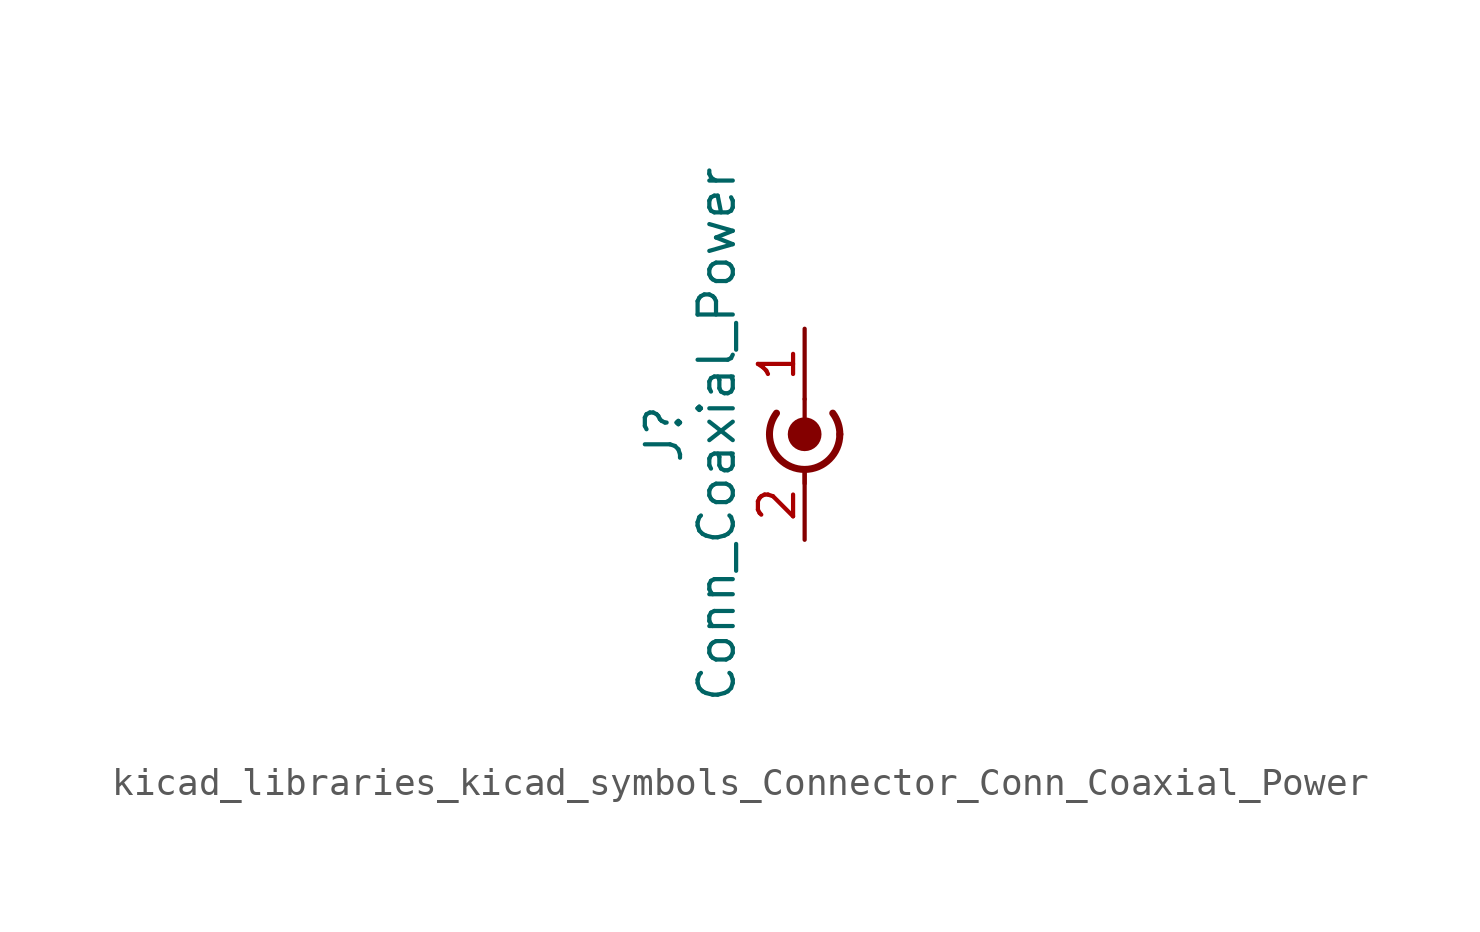
<source format=kicad_sym>
(kicad_symbol_lib
  (version 20220914)
  (generator kicad_symbol_editor)
  (symbol "kicad_libraries_kicad_symbols_Connector_Conn_Coaxial_Power"
    (pin_names
      (offset 1.016) hide)
    (property "Reference" "J"
      (at -5.08 -1.27 90)
      (effects (font (size 1.27 1.27))))
    (property "Value" "Conn_Coaxial_Power"
      (at -3.175 -1.27 90)
      (effects (font (size 1.27 1.27))))
    (symbol "kicad_libraries_kicad_symbols_Connector_Conn_Coaxial_Power_0_1"
      (arc (start -1.27 -1.27) (mid 0 -2.5345) (end 1.27 -1.27) (stroke (width 0.254) (type default)) (fill (type none)))
      (arc (start -1.016 -0.508) (mid -1.2048 -0.8684) (end -1.27 -1.27) (stroke (width 0.254) (type default)) (fill (type none)))
      (circle (center 0 -1.27) (radius 0.508) (stroke (width 0.203) (type default)) (fill (type outline)))
      (polyline (pts (xy 0 -2.54) (xy 0 -3.048)) (stroke (width 0) (type default)) (fill (type none)))
      (polyline (pts (xy 0 0) (xy 0 -1.27)) (stroke (width 0) (type default)) (fill (type none)))
      (arc (start 1.27 -1.27) (mid 1.2048 -0.8684) (end 1.016 -0.508) (stroke (width 0.254) (type default)) (fill (type none))))
    (symbol "kicad_libraries_kicad_symbols_Connector_Conn_Coaxial_Power_1_1"
      (pin passive line (at 0 2.54 270) (length 2.54) (name "In" (effects (font (size 1.27 1.27)))) (number "1" (effects (font (size 1.27 1.27)))))
      (pin passive line (at 0 -5.08 90) (length 2.54) (name "Ext" (effects (font (size 1.27 1.27)))) (number "2" (effects (font (size 1.27 1.27))))))))
</source>
